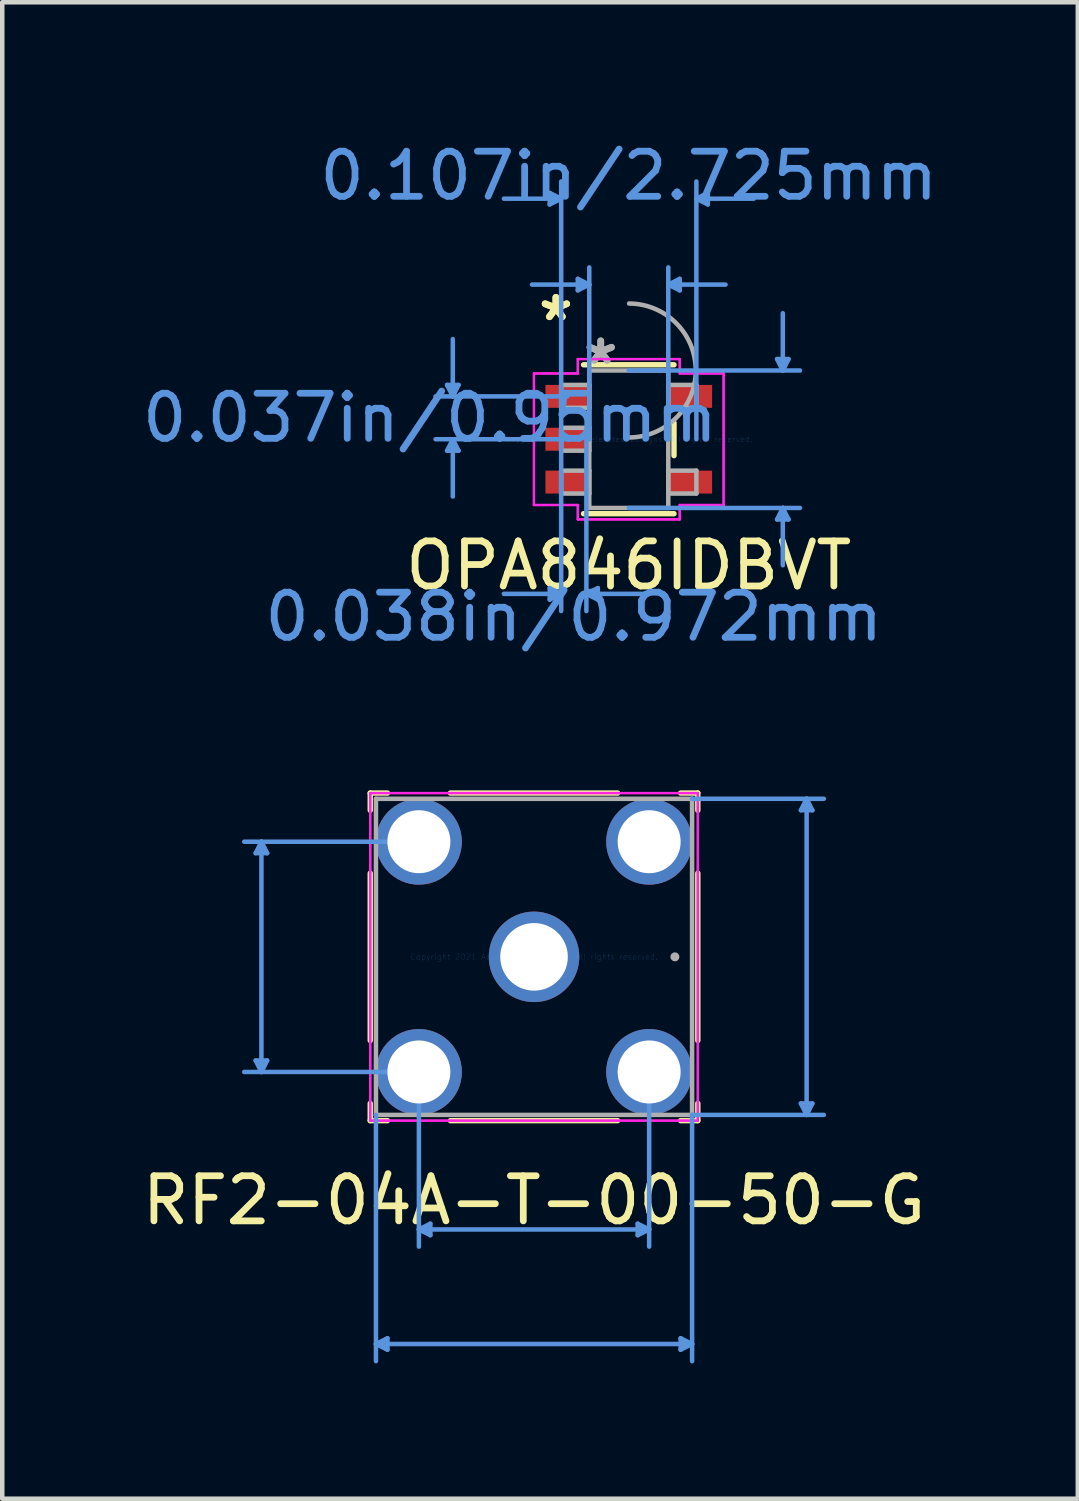
<source format=kicad_pcb>
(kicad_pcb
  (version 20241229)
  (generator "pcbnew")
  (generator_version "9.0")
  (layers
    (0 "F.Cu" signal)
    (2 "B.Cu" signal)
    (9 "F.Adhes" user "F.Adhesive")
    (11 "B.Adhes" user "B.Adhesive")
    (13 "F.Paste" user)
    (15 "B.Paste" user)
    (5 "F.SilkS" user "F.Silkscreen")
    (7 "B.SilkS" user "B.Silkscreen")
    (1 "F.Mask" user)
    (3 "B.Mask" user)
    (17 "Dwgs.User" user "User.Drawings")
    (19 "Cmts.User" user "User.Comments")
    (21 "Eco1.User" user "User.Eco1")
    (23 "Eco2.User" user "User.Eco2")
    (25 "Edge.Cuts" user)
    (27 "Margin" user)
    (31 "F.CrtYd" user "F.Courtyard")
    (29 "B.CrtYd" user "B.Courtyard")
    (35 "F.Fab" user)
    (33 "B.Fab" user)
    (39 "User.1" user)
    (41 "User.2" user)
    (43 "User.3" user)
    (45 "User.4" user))
  (footprint "OPA846IDBVT"
    (layer "F.Cu")
    (at 10.893 6.69)
    (property "Reference" "OPA846IDBVT" (at 0 2.8 0) (layer "F.SilkS") (effects (font (size 1 1) (thickness 0.15))))
    (attr through_hole)
    (fp_line (start -1.003 1.651) (end 1.003 1.651) (stroke (width 0.12) (type solid)) (layer "F.SilkS"))
    (fp_line (start 1.003 -1.651) (end -1.003 -1.651) (stroke (width 0.12) (type solid)) (layer "F.SilkS"))
    (fp_line (start 1.003 0.363) (end 1.003 -0.363) (stroke (width 0.12) (type solid)) (layer "F.SilkS"))
    (fp_line (start -4.029 -1.204) (end -3.775 -1.204) (stroke (width 0.1) (type solid)) (layer "Cmts.User"))
    (fp_line (start -4.029 0.254) (end -3.775 0.254) (stroke (width 0.1) (type solid)) (layer "Cmts.User"))
    (fp_line (start -3.902 -0.95) (end -4.029 -1.204) (stroke (width 0.1) (type solid)) (layer "Cmts.User"))
    (fp_line (start -3.902 -0.95) (end -3.902 -2.22) (stroke (width 0.1) (type solid)) (layer "Cmts.User"))
    (fp_line (start -3.902 -0.95) (end -3.775 -1.204) (stroke (width 0.1) (type solid)) (layer "Cmts.User"))
    (fp_line (start -3.902 0) (end -4.029 0.254) (stroke (width 0.1) (type solid)) (layer "Cmts.User"))
    (fp_line (start -3.902 0) (end -3.902 1.27) (stroke (width 0.1) (type solid)) (layer "Cmts.User"))
    (fp_line (start -3.902 0) (end -3.775 0.254) (stroke (width 0.1) (type solid)) (layer "Cmts.User"))
    (fp_line (start -1.753 -5.461) (end -1.753 -5.207) (stroke (width 0.1) (type solid)) (layer "Cmts.User"))
    (fp_line (start -1.753 3.302) (end -1.753 3.556) (stroke (width 0.1) (type solid)) (layer "Cmts.User"))
    (fp_line (start -1.499 -5.334) (end -2.769 -5.334) (stroke (width 0.1) (type solid)) (layer "Cmts.User"))
    (fp_line (start -1.499 -5.334) (end -1.753 -5.461) (stroke (width 0.1) (type solid)) (layer "Cmts.User"))
    (fp_line (start -1.499 -5.334) (end -1.753 -5.207) (stroke (width 0.1) (type solid)) (layer "Cmts.User"))
    (fp_line (start -1.499 0) (end -1.499 -5.715) (stroke (width 0.1) (type solid)) (layer "Cmts.User"))
    (fp_line (start -1.499 0) (end -1.499 3.81) (stroke (width 0.1) (type solid)) (layer "Cmts.User"))
    (fp_line (start -1.499 3.429) (end -2.769 3.429) (stroke (width 0.1) (type solid)) (layer "Cmts.User"))
    (fp_line (start -1.499 3.429) (end -1.753 3.302) (stroke (width 0.1) (type solid)) (layer "Cmts.User"))
    (fp_line (start -1.499 3.429) (end -1.753 3.556) (stroke (width 0.1) (type solid)) (layer "Cmts.User"))
    (fp_line (start -1.362 -0.95) (end -4.283 -0.95) (stroke (width 0.1) (type solid)) (layer "Cmts.User"))
    (fp_line (start -1.362 0) (end -4.283 0) (stroke (width 0.1) (type solid)) (layer "Cmts.User"))
    (fp_line (start -1.13 -3.556) (end -1.13 -3.302) (stroke (width 0.1) (type solid)) (layer "Cmts.User"))
    (fp_line (start -0.94 0) (end -0.94 3.81) (stroke (width 0.1) (type solid)) (layer "Cmts.User"))
    (fp_line (start -0.94 3.429) (end -0.686 3.302) (stroke (width 0.1) (type solid)) (layer "Cmts.User"))
    (fp_line (start -0.94 3.429) (end -0.686 3.556) (stroke (width 0.1) (type solid)) (layer "Cmts.User"))
    (fp_line (start -0.94 3.429) (end 0.33 3.429) (stroke (width 0.1) (type solid)) (layer "Cmts.User"))
    (fp_line (start -0.876 -3.429) (end -2.146 -3.429) (stroke (width 0.1) (type solid)) (layer "Cmts.User"))
    (fp_line (start -0.876 -3.429) (end -1.13 -3.556) (stroke (width 0.1) (type solid)) (layer "Cmts.User"))
    (fp_line (start -0.876 -3.429) (end -1.13 -3.302) (stroke (width 0.1) (type solid)) (layer "Cmts.User"))
    (fp_line (start -0.876 0) (end -0.876 -3.81) (stroke (width 0.1) (type solid)) (layer "Cmts.User"))
    (fp_line (start -0.686 3.302) (end -0.686 3.556) (stroke (width 0.1) (type solid)) (layer "Cmts.User"))
    (fp_line (start 0 -1.524) (end 3.797 -1.524) (stroke (width 0.1) (type solid)) (layer "Cmts.User"))
    (fp_line (start 0 1.524) (end 3.797 1.524) (stroke (width 0.1) (type solid)) (layer "Cmts.User"))
    (fp_line (start 0.876 -3.429) (end 1.13 -3.556) (stroke (width 0.1) (type solid)) (layer "Cmts.User"))
    (fp_line (start 0.876 -3.429) (end 1.13 -3.302) (stroke (width 0.1) (type solid)) (layer "Cmts.User"))
    (fp_line (start 0.876 -3.429) (end 2.146 -3.429) (stroke (width 0.1) (type solid)) (layer "Cmts.User"))
    (fp_line (start 0.876 0) (end 0.876 -3.81) (stroke (width 0.1) (type solid)) (layer "Cmts.User"))
    (fp_line (start 1.13 -3.556) (end 1.13 -3.302) (stroke (width 0.1) (type solid)) (layer "Cmts.User"))
    (fp_line (start 1.499 -5.334) (end 1.753 -5.461) (stroke (width 0.1) (type solid)) (layer "Cmts.User"))
    (fp_line (start 1.499 -5.334) (end 1.753 -5.207) (stroke (width 0.1) (type solid)) (layer "Cmts.User"))
    (fp_line (start 1.499 -5.334) (end 2.769 -5.334) (stroke (width 0.1) (type solid)) (layer "Cmts.User"))
    (fp_line (start 1.499 0) (end 1.499 -5.715) (stroke (width 0.1) (type solid)) (layer "Cmts.User"))
    (fp_line (start 1.753 -5.461) (end 1.753 -5.207) (stroke (width 0.1) (type solid)) (layer "Cmts.User"))
    (fp_line (start 3.289 -1.778) (end 3.543 -1.778) (stroke (width 0.1) (type solid)) (layer "Cmts.User"))
    (fp_line (start 3.289 1.778) (end 3.543 1.778) (stroke (width 0.1) (type solid)) (layer "Cmts.User"))
    (fp_line (start 3.416 -1.524) (end 3.289 -1.778) (stroke (width 0.1) (type solid)) (layer "Cmts.User"))
    (fp_line (start 3.416 -1.524) (end 3.416 -2.794) (stroke (width 0.1) (type solid)) (layer "Cmts.User"))
    (fp_line (start 3.416 -1.524) (end 3.543 -1.778) (stroke (width 0.1) (type solid)) (layer "Cmts.User"))
    (fp_line (start 3.416 1.524) (end 3.289 1.778) (stroke (width 0.1) (type solid)) (layer "Cmts.User"))
    (fp_line (start 3.416 1.524) (end 3.416 2.794) (stroke (width 0.1) (type solid)) (layer "Cmts.User"))
    (fp_line (start 3.416 1.524) (end 3.543 1.778) (stroke (width 0.1) (type solid)) (layer "Cmts.User"))
    (fp_line (start -2.103 -1.458) (end -1.13 -1.458) (stroke (width 0.05) (type solid)) (layer "F.CrtYd"))
    (fp_line (start -2.103 -1.458) (end -1.13 -1.458) (stroke (width 0.05) (type solid)) (layer "F.CrtYd"))
    (fp_line (start -2.103 1.458) (end -2.103 -1.458) (stroke (width 0.05) (type solid)) (layer "F.CrtYd"))
    (fp_line (start -2.103 1.458) (end -2.103 -1.458) (stroke (width 0.05) (type solid)) (layer "F.CrtYd"))
    (fp_line (start -1.13 -1.778) (end 1.13 -1.778) (stroke (width 0.05) (type solid)) (layer "F.CrtYd"))
    (fp_line (start -1.13 -1.778) (end 1.13 -1.778) (stroke (width 0.05) (type solid)) (layer "F.CrtYd"))
    (fp_line (start -1.13 -1.458) (end -1.13 -1.778) (stroke (width 0.05) (type solid)) (layer "F.CrtYd"))
    (fp_line (start -1.13 -1.458) (end -1.13 -1.778) (stroke (width 0.05) (type solid)) (layer "F.CrtYd"))
    (fp_line (start -1.13 1.458) (end -2.103 1.458) (stroke (width 0.05) (type solid)) (layer "F.CrtYd"))
    (fp_line (start -1.13 1.458) (end -2.103 1.458) (stroke (width 0.05) (type solid)) (layer "F.CrtYd"))
    (fp_line (start -1.13 1.778) (end -1.13 1.458) (stroke (width 0.05) (type solid)) (layer "F.CrtYd"))
    (fp_line (start -1.13 1.778) (end -1.13 1.458) (stroke (width 0.05) (type solid)) (layer "F.CrtYd"))
    (fp_line (start 1.13 -1.778) (end 1.13 -1.458) (stroke (width 0.05) (type solid)) (layer "F.CrtYd"))
    (fp_line (start 1.13 -1.778) (end 1.13 -1.458) (stroke (width 0.05) (type solid)) (layer "F.CrtYd"))
    (fp_line (start 1.13 -1.458) (end 2.103 -1.458) (stroke (width 0.05) (type solid)) (layer "F.CrtYd"))
    (fp_line (start 1.13 -1.458) (end 2.103 -1.458) (stroke (width 0.05) (type solid)) (layer "F.CrtYd"))
    (fp_line (start 1.13 1.458) (end 1.13 1.778) (stroke (width 0.05) (type solid)) (layer "F.CrtYd"))
    (fp_line (start 1.13 1.458) (end 1.13 1.778) (stroke (width 0.05) (type solid)) (layer "F.CrtYd"))
    (fp_line (start 1.13 1.778) (end -1.13 1.778) (stroke (width 0.05) (type solid)) (layer "F.CrtYd"))
    (fp_line (start 1.13 1.778) (end -1.13 1.778) (stroke (width 0.05) (type solid)) (layer "F.CrtYd"))
    (fp_line (start 2.103 -1.458) (end 2.103 1.458) (stroke (width 0.05) (type solid)) (layer "F.CrtYd"))
    (fp_line (start 2.103 -1.458) (end 2.103 1.458) (stroke (width 0.05) (type solid)) (layer "F.CrtYd"))
    (fp_line (start 2.103 1.458) (end 1.13 1.458) (stroke (width 0.05) (type solid)) (layer "F.CrtYd"))
    (fp_line (start 2.103 1.458) (end 1.13 1.458) (stroke (width 0.05) (type solid)) (layer "F.CrtYd"))
    (fp_line (start -1.499 -1.204) (end -1.499 -0.696) (stroke (width 0.1) (type solid)) (layer "F.Fab"))
    (fp_line (start -1.499 -0.696) (end -0.876 -0.696) (stroke (width 0.1) (type solid)) (layer "F.Fab"))
    (fp_line (start -1.499 -0.254) (end -1.499 0.254) (stroke (width 0.1) (type solid)) (layer "F.Fab"))
    (fp_line (start -1.499 0.254) (end -0.876 0.254) (stroke (width 0.1) (type solid)) (layer "F.Fab"))
    (fp_line (start -1.499 0.696) (end -1.499 1.204) (stroke (width 0.1) (type solid)) (layer "F.Fab"))
    (fp_line (start -1.499 1.204) (end -0.876 1.204) (stroke (width 0.1) (type solid)) (layer "F.Fab"))
    (fp_line (start -0.876 -1.524) (end -0.876 1.524) (stroke (width 0.1) (type solid)) (layer "F.Fab"))
    (fp_line (start -0.876 -1.204) (end -1.499 -1.204) (stroke (width 0.1) (type solid)) (layer "F.Fab"))
    (fp_line (start -0.876 -0.696) (end -0.876 -1.204) (stroke (width 0.1) (type solid)) (layer "F.Fab"))
    (fp_line (start -0.876 -0.254) (end -1.499 -0.254) (stroke (width 0.1) (type solid)) (layer "F.Fab"))
    (fp_line (start -0.876 0.254) (end -0.876 -0.254) (stroke (width 0.1) (type solid)) (layer "F.Fab"))
    (fp_line (start -0.876 0.696) (end -1.499 0.696) (stroke (width 0.1) (type solid)) (layer "F.Fab"))
    (fp_line (start -0.876 1.204) (end -0.876 0.696) (stroke (width 0.1) (type solid)) (layer "F.Fab"))
    (fp_line (start -0.876 1.524) (end 0.876 1.524) (stroke (width 0.1) (type solid)) (layer "F.Fab"))
    (fp_line (start 0.876 -1.524) (end -0.876 -1.524) (stroke (width 0.1) (type solid)) (layer "F.Fab"))
    (fp_line (start 0.876 -1.204) (end 0.876 -0.696) (stroke (width 0.1) (type solid)) (layer "F.Fab"))
    (fp_line (start 0.876 -0.696) (end 1.499 -0.696) (stroke (width 0.1) (type solid)) (layer "F.Fab"))
    (fp_line (start 0.876 0.696) (end 0.876 1.204) (stroke (width 0.1) (type solid)) (layer "F.Fab"))
    (fp_line (start 0.876 1.204) (end 1.499 1.204) (stroke (width 0.1) (type solid)) (layer "F.Fab"))
    (fp_line (start 0.876 1.524) (end 0.876 -1.524) (stroke (width 0.1) (type solid)) (layer "F.Fab"))
    (fp_line (start 1.499 -1.204) (end 0.876 -1.204) (stroke (width 0.1) (type solid)) (layer "F.Fab"))
    (fp_line (start 1.499 -0.696) (end 1.499 -1.204) (stroke (width 0.1) (type solid)) (layer "F.Fab"))
    (fp_line (start 1.499 0.696) (end 0.876 0.696) (stroke (width 0.1) (type solid)) (layer "F.Fab"))
    (fp_line (start 1.499 1.204) (end 1.499 0.696) (stroke (width 0.1) (type solid)) (layer "F.Fab"))
    (fp_arc (start 0.007742 -3.00929) (mid 1.48529 -1.516258) (end -0.007742 -0.03871) (stroke (width 0.1) (type solid)) (layer "F.Fab"))
    (fp_text user "*" (at -1.616 -2.601 0) (layer "F.SilkS") (effects (font (size 1 1) (thickness 0.15))))
    (fp_text user "*" (at -1.616 -2.601 0) (layer "F.SilkS") (effects (font (size 1 1) (thickness 0.15))))
    (fp_text user "0.037in/0.95mm" (at -4.41 -0.475 0) (layer "Cmts.User") (effects (font (size 1 1) (thickness 0.15))))
    (fp_text user "0.038in/0.972mm" (at -1.219 3.937 0) (layer "Cmts.User") (effects (font (size 1 1) (thickness 0.15))))
    (fp_text user "Copyright 2021 Accelerated Designs. All rights reserved." (at 0 0 0) (layer "Cmts.User") (effects (font (size 0.127 0.127) (thickness 0.002))))
    (fp_text user "0.107in/2.725mm" (at 0 -5.842 0) (layer "Cmts.User") (effects (font (size 1 1) (thickness 0.15))))
    (fp_text user "*" (at -0.622 -1.636 0) (layer "F.Fab") (effects (font (size 1 1) (thickness 0.15))))
    (fp_text user "*" (at -0.622 -1.636 0) (layer "F.Fab") (effects (font (size 1 1) (thickness 0.15))))
    (pad "1" smd rect (at -1.362 -0.95) (size 0.972 0.508) (layers "F.Cu" "F.Mask" "F.Paste"))
    (pad "2" smd rect (at -1.362 0) (size 0.972 0.508) (layers "F.Cu" "F.Mask" "F.Paste"))
    (pad "3" smd rect (at -1.362 0.95) (size 0.972 0.508) (layers "F.Cu" "F.Mask" "F.Paste"))
    (pad "4" smd rect (at 1.362 0.95) (size 0.972 0.508) (layers "F.Cu" "F.Mask" "F.Paste"))
    (pad "5" smd rect (at 1.362 -0.95) (size 0.972 0.508) (layers "F.Cu" "F.Mask" "F.Paste")))
  (footprint "RF2-04A-T-00-50-G"
    (layer "F.Cu")
    (at 8.792 18.168)
    (property "Reference" "RF2-04A-T-00-50-G" (at 0 5.4 0) (layer "F.SilkS") (effects (font (size 1 1) (thickness 0.15))))
    (attr through_hole)
    (fp_line (start -3.632 -3.632) (end -3.632 -3.25) (stroke (width 0.12) (type solid)) (layer "F.SilkS"))
    (fp_line (start -3.632 -1.855) (end -3.632 1.855) (stroke (width 0.12) (type solid)) (layer "F.SilkS"))
    (fp_line (start -3.632 3.25) (end -3.632 3.632) (stroke (width 0.12) (type solid)) (layer "F.SilkS"))
    (fp_line (start -3.632 3.632) (end -3.25 3.632) (stroke (width 0.12) (type solid)) (layer "F.SilkS"))
    (fp_line (start -3.25 -3.632) (end -3.632 -3.632) (stroke (width 0.12) (type solid)) (layer "F.SilkS"))
    (fp_line (start -1.855 3.632) (end 1.855 3.632) (stroke (width 0.12) (type solid)) (layer "F.SilkS"))
    (fp_line (start 1.855 -3.632) (end -1.855 -3.632) (stroke (width 0.12) (type solid)) (layer "F.SilkS"))
    (fp_line (start 3.25 3.632) (end 3.632 3.632) (stroke (width 0.12) (type solid)) (layer "F.SilkS"))
    (fp_line (start 3.632 -3.632) (end 3.25 -3.632) (stroke (width 0.12) (type solid)) (layer "F.SilkS"))
    (fp_line (start 3.632 -3.25) (end 3.632 -3.632) (stroke (width 0.12) (type solid)) (layer "F.SilkS"))
    (fp_line (start 3.632 1.855) (end 3.632 -1.855) (stroke (width 0.12) (type solid)) (layer "F.SilkS"))
    (fp_line (start 3.632 3.632) (end 3.632 3.25) (stroke (width 0.12) (type solid)) (layer "F.SilkS"))
    (fp_line (start -6.172 -2.299) (end -5.918 -2.299) (stroke (width 0.1) (type solid)) (layer "Cmts.User"))
    (fp_line (start -6.172 2.299) (end -5.918 2.299) (stroke (width 0.1) (type solid)) (layer "Cmts.User"))
    (fp_line (start -6.045 -2.553) (end -6.172 -2.299) (stroke (width 0.1) (type solid)) (layer "Cmts.User"))
    (fp_line (start -6.045 -2.553) (end -6.045 2.553) (stroke (width 0.1) (type solid)) (layer "Cmts.User"))
    (fp_line (start -6.045 -2.553) (end -5.918 -2.299) (stroke (width 0.1) (type solid)) (layer "Cmts.User"))
    (fp_line (start -6.045 2.553) (end -6.172 2.299) (stroke (width 0.1) (type solid)) (layer "Cmts.User"))
    (fp_line (start -6.045 2.553) (end -5.918 2.299) (stroke (width 0.1) (type solid)) (layer "Cmts.User"))
    (fp_line (start -3.505 3.505) (end -3.505 8.966) (stroke (width 0.1) (type solid)) (layer "Cmts.User"))
    (fp_line (start -3.505 8.585) (end -3.251 8.458) (stroke (width 0.1) (type solid)) (layer "Cmts.User"))
    (fp_line (start -3.505 8.585) (end -3.251 8.712) (stroke (width 0.1) (type solid)) (layer "Cmts.User"))
    (fp_line (start -3.505 8.585) (end 3.505 8.585) (stroke (width 0.1) (type solid)) (layer "Cmts.User"))
    (fp_line (start -3.251 8.458) (end -3.251 8.712) (stroke (width 0.1) (type solid)) (layer "Cmts.User"))
    (fp_line (start -2.553 -2.553) (end -6.426 -2.553) (stroke (width 0.1) (type solid)) (layer "Cmts.User"))
    (fp_line (start -2.553 2.553) (end -6.426 2.553) (stroke (width 0.1) (type solid)) (layer "Cmts.User"))
    (fp_line (start -2.553 2.553) (end -2.553 6.426) (stroke (width 0.1) (type solid)) (layer "Cmts.User"))
    (fp_line (start -2.553 6.045) (end -2.299 5.918) (stroke (width 0.1) (type solid)) (layer "Cmts.User"))
    (fp_line (start -2.553 6.045) (end -2.299 6.172) (stroke (width 0.1) (type solid)) (layer "Cmts.User"))
    (fp_line (start -2.553 6.045) (end 2.553 6.045) (stroke (width 0.1) (type solid)) (layer "Cmts.User"))
    (fp_line (start -2.299 5.918) (end -2.299 6.172) (stroke (width 0.1) (type solid)) (layer "Cmts.User"))
    (fp_line (start 2.299 5.918) (end 2.299 6.172) (stroke (width 0.1) (type solid)) (layer "Cmts.User"))
    (fp_line (start 2.553 2.553) (end 2.553 6.426) (stroke (width 0.1) (type solid)) (layer "Cmts.User"))
    (fp_line (start 2.553 6.045) (end 2.299 5.918) (stroke (width 0.1) (type solid)) (layer "Cmts.User"))
    (fp_line (start 2.553 6.045) (end 2.299 6.172) (stroke (width 0.1) (type solid)) (layer "Cmts.User"))
    (fp_line (start 3.251 8.458) (end 3.251 8.712) (stroke (width 0.1) (type solid)) (layer "Cmts.User"))
    (fp_line (start 3.505 -3.505) (end 6.426 -3.505) (stroke (width 0.1) (type solid)) (layer "Cmts.User"))
    (fp_line (start 3.505 3.505) (end 3.505 8.966) (stroke (width 0.1) (type solid)) (layer "Cmts.User"))
    (fp_line (start 3.505 3.505) (end 6.426 3.505) (stroke (width 0.1) (type solid)) (layer "Cmts.User"))
    (fp_line (start 3.505 8.585) (end 3.251 8.458) (stroke (width 0.1) (type solid)) (layer "Cmts.User"))
    (fp_line (start 3.505 8.585) (end 3.251 8.712) (stroke (width 0.1) (type solid)) (layer "Cmts.User"))
    (fp_line (start 5.918 -3.251) (end 6.172 -3.251) (stroke (width 0.1) (type solid)) (layer "Cmts.User"))
    (fp_line (start 5.918 3.251) (end 6.172 3.251) (stroke (width 0.1) (type solid)) (layer "Cmts.User"))
    (fp_line (start 6.045 -3.505) (end 5.918 -3.251) (stroke (width 0.1) (type solid)) (layer "Cmts.User"))
    (fp_line (start 6.045 -3.505) (end 6.045 3.505) (stroke (width 0.1) (type solid)) (layer "Cmts.User"))
    (fp_line (start 6.045 -3.505) (end 6.172 -3.251) (stroke (width 0.1) (type solid)) (layer "Cmts.User"))
    (fp_line (start 6.045 3.505) (end 5.918 3.251) (stroke (width 0.1) (type solid)) (layer "Cmts.User"))
    (fp_line (start 6.045 3.505) (end 6.172 3.251) (stroke (width 0.1) (type solid)) (layer "Cmts.User"))
    (fp_line (start -3.632 -3.632) (end 3.632 -3.632) (stroke (width 0.05) (type solid)) (layer "F.CrtYd"))
    (fp_line (start -3.632 -3.632) (end 3.632 -3.632) (stroke (width 0.05) (type solid)) (layer "F.CrtYd"))
    (fp_line (start -3.632 3.632) (end -3.632 -3.632) (stroke (width 0.05) (type solid)) (layer "F.CrtYd"))
    (fp_line (start -3.632 3.632) (end -3.632 -3.632) (stroke (width 0.05) (type solid)) (layer "F.CrtYd"))
    (fp_line (start 3.632 -3.632) (end 3.632 3.632) (stroke (width 0.05) (type solid)) (layer "F.CrtYd"))
    (fp_line (start 3.632 -3.632) (end 3.632 3.632) (stroke (width 0.05) (type solid)) (layer "F.CrtYd"))
    (fp_line (start 3.632 3.632) (end -3.632 3.632) (stroke (width 0.05) (type solid)) (layer "F.CrtYd"))
    (fp_line (start 3.632 3.632) (end -3.632 3.632) (stroke (width 0.05) (type solid)) (layer "F.CrtYd"))
    (fp_line (start -3.505 -3.505) (end -3.505 3.505) (stroke (width 0.1) (type solid)) (layer "F.Fab"))
    (fp_line (start -3.505 3.505) (end 3.505 3.505) (stroke (width 0.1) (type solid)) (layer "F.Fab"))
    (fp_line (start 3.505 -3.505) (end -3.505 -3.505) (stroke (width 0.1) (type solid)) (layer "F.Fab"))
    (fp_line (start 3.505 3.505) (end 3.505 -3.505) (stroke (width 0.1) (type solid)) (layer "F.Fab"))
    (fp_circle (center 3.124 0) (end 3.124 0) (stroke (width 0.1) (type solid)) (fill no) (layer "F.Fab"))
    (fp_text user "*" (at 0 0 0) (layer "F.SilkS") (effects (font (size 1 1) (thickness 0.15))))
    (fp_text user "Copyright 2021 Accelerated Designs. All rights reserved." (at 0 0 0) (layer "Cmts.User") (effects (font (size 0.127 0.127) (thickness 0.002))))
    (fp_text user "*" (at 0 0 0) (layer "F.Fab") (effects (font (size 1 1) (thickness 0.15))))
    (pad "1" thru_hole circle (at 0 0) (size 2.007 2.007) (drill 1.499) (layers "*.Cu" "*.Mask"))
    (pad "2" thru_hole circle (at -2.553 -2.553) (size 1.905 1.905) (drill 1.397) (layers "*.Cu" "*.Mask"))
    (pad "3" thru_hole circle (at -2.553 2.553) (size 1.905 1.905) (drill 1.397) (layers "*.Cu" "*.Mask"))
    (pad "4" thru_hole circle (at 2.553 2.553) (size 1.905 1.905) (drill 1.397) (layers "*.Cu" "*.Mask"))
    (pad "5" thru_hole circle (at 2.553 -2.553) (size 1.905 1.905) (drill 1.397) (layers "*.Cu" "*.Mask")))
  (gr_rect
    (start -3 -3)
    (end 20.851 30.184)
    (stroke (width 0.1) (type default))
    (fill no)
    (layer "Edge.Cuts")))
</source>
